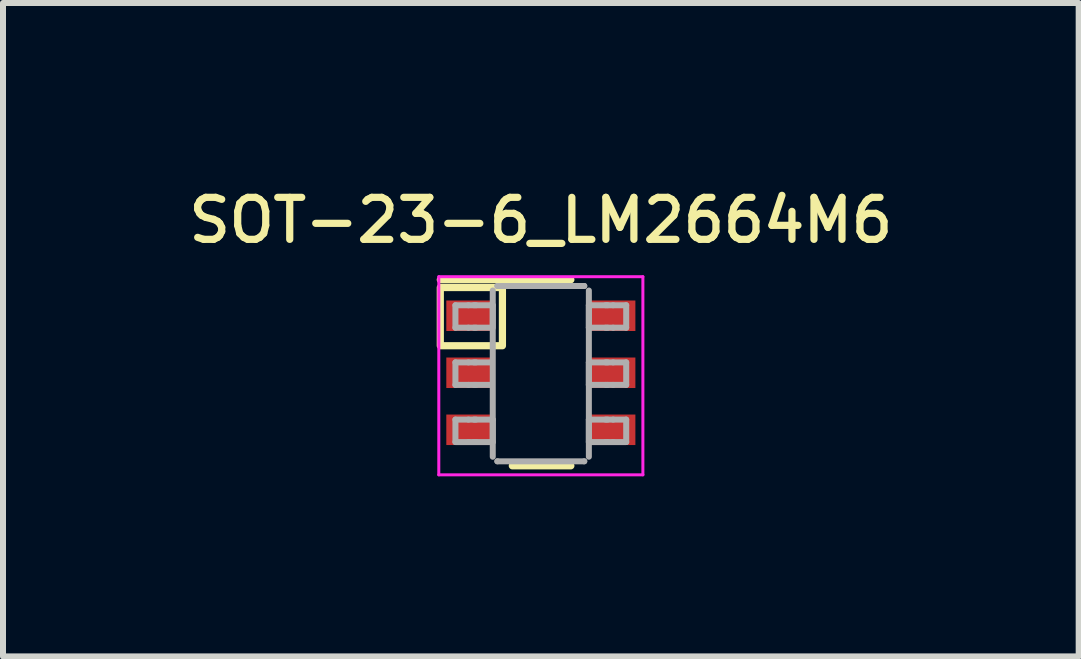
<source format=kicad_pcb>
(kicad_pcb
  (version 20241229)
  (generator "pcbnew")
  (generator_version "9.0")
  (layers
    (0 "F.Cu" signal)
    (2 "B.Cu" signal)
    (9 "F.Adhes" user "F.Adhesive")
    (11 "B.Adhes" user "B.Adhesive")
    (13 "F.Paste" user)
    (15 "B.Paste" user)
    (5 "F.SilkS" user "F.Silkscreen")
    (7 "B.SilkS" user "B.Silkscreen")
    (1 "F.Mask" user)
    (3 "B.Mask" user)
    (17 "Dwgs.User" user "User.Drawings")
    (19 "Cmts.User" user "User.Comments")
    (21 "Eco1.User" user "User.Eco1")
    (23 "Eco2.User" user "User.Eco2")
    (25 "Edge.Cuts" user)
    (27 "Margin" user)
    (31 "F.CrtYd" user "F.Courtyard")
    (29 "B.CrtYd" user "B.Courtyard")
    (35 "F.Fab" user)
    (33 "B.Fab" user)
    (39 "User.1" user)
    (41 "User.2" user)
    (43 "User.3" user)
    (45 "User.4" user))
  (footprint "SOT-23-6_LM2664M6"
    (layer "F.Cu")
    (at 5.96 3.16)
    (property "Reference" "SOT-23-6_LM2664M6" (at 0 -2.54 0) (layer "F.SilkS") (effects (font (size 0.7 0.7) (thickness 0.12) (bold yes))))
    (attr through_hole)
    (fp_line (start -1.675 -1.55) (end 0.5 -1.55) (stroke (width 0.12) (type solid)) (layer "F.SilkS"))
    (fp_line (start -0.475 1.55) (end 0.5 1.55) (stroke (width 0.12) (type solid)) (layer "F.SilkS"))
    (fp_rect (start -1.675 -1.42) (end -0.64 -0.45) (stroke (width 0.12) (type default)) (fill no) (layer "F.SilkS"))
    (fp_line (start -1.7 -1.6) (end 1.7 -1.6) (stroke (width 0.05) (type solid)) (layer "F.CrtYd"))
    (fp_line (start -1.7 1.7) (end -1.7 -1.6) (stroke (width 0.05) (type solid)) (layer "F.CrtYd"))
    (fp_line (start -1.7 1.7) (end 1.7 1.7) (stroke (width 0.05) (type solid)) (layer "F.CrtYd"))
    (fp_line (start 1.7 1.7) (end 1.7 -1.6) (stroke (width 0.05) (type solid)) (layer "F.CrtYd"))
    (fp_line (start -1.423 -1.125) (end -1.206 -1.125) (stroke (width 0.1) (type solid)) (layer "F.Fab"))
    (fp_line (start -1.423 -0.751) (end -1.423 -1.125) (stroke (width 0.1) (type solid)) (layer "F.Fab"))
    (fp_line (start -1.423 -0.751) (end -1.206 -0.751) (stroke (width 0.1) (type solid)) (layer "F.Fab"))
    (fp_line (start -1.423 -0.173) (end -1.206 -0.173) (stroke (width 0.1) (type solid)) (layer "F.Fab"))
    (fp_line (start -1.423 0.202) (end -1.423 -0.173) (stroke (width 0.1) (type solid)) (layer "F.Fab"))
    (fp_line (start -1.423 0.202) (end -1.206 0.202) (stroke (width 0.1) (type solid)) (layer "F.Fab"))
    (fp_line (start -1.423 0.78) (end -1.206 0.78) (stroke (width 0.1) (type solid)) (layer "F.Fab"))
    (fp_line (start -1.423 1.154) (end -1.423 0.78) (stroke (width 0.1) (type solid)) (layer "F.Fab"))
    (fp_line (start -1.423 1.154) (end -1.206 1.154) (stroke (width 0.1) (type solid)) (layer "F.Fab"))
    (fp_line (start -1.206 -1.125) (end -1.113 -1.125) (stroke (width 0.1) (type solid)) (layer "F.Fab"))
    (fp_line (start -1.206 -0.751) (end -1.113 -0.751) (stroke (width 0.1) (type solid)) (layer "F.Fab"))
    (fp_line (start -1.206 -0.173) (end -1.113 -0.173) (stroke (width 0.1) (type solid)) (layer "F.Fab"))
    (fp_line (start -1.206 0.202) (end -1.113 0.202) (stroke (width 0.1) (type solid)) (layer "F.Fab"))
    (fp_line (start -1.206 0.78) (end -1.113 0.78) (stroke (width 0.1) (type solid)) (layer "F.Fab"))
    (fp_line (start -1.206 1.154) (end -1.113 1.154) (stroke (width 0.1) (type solid)) (layer "F.Fab"))
    (fp_line (start -1.113 -1.125) (end -1.081 -1.125) (stroke (width 0.1) (type solid)) (layer "F.Fab"))
    (fp_line (start -1.113 -0.751) (end -1.081 -0.751) (stroke (width 0.1) (type solid)) (layer "F.Fab"))
    (fp_line (start -1.113 -0.173) (end -1.081 -0.173) (stroke (width 0.1) (type solid)) (layer "F.Fab"))
    (fp_line (start -1.113 0.202) (end -1.081 0.202) (stroke (width 0.1) (type solid)) (layer "F.Fab"))
    (fp_line (start -1.113 0.78) (end -1.081 0.78) (stroke (width 0.1) (type solid)) (layer "F.Fab"))
    (fp_line (start -1.113 1.154) (end -1.081 1.154) (stroke (width 0.1) (type solid)) (layer "F.Fab"))
    (fp_line (start -1.081 -1.125) (end -0.828 -1.125) (stroke (width 0.1) (type solid)) (layer "F.Fab"))
    (fp_line (start -1.081 -0.751) (end -0.828 -0.751) (stroke (width 0.1) (type solid)) (layer "F.Fab"))
    (fp_line (start -1.081 -0.173) (end -0.828 -0.173) (stroke (width 0.1) (type solid)) (layer "F.Fab"))
    (fp_line (start -1.081 0.202) (end -0.828 0.202) (stroke (width 0.1) (type solid)) (layer "F.Fab"))
    (fp_line (start -1.081 0.78) (end -0.828 0.78) (stroke (width 0.1) (type solid)) (layer "F.Fab"))
    (fp_line (start -1.081 1.154) (end -0.828 1.154) (stroke (width 0.1) (type solid)) (layer "F.Fab"))
    (fp_line (start -0.828 -1.125) (end -0.801 -1.125) (stroke (width 0.1) (type solid)) (layer "F.Fab"))
    (fp_line (start -0.828 0.78) (end -0.801 0.78) (stroke (width 0.1) (type solid)) (layer "F.Fab"))
    (fp_line (start -0.828 1.154) (end -0.801 1.154) (stroke (width 0.1) (type solid)) (layer "F.Fab"))
    (fp_line (start -0.801 -0.751) (end -0.801 -1.125) (stroke (width 0.1) (type solid)) (layer "F.Fab"))
    (fp_line (start -0.801 1.154) (end -0.801 0.78) (stroke (width 0.1) (type solid)) (layer "F.Fab"))
    (fp_line (start -0.801 1.399) (end -0.801 -1.37) (stroke (width 0.1) (type solid)) (layer "F.Fab"))
    (fp_line (start -0.725 -1.446) (end -0.724 -1.446) (stroke (width 0.1) (type solid)) (layer "F.Fab"))
    (fp_line (start -0.725 1.475) (end -0.724 1.475) (stroke (width 0.1) (type solid)) (layer "F.Fab"))
    (fp_line (start -0.724 -1.446) (end 0.723 -1.446) (stroke (width 0.1) (type solid)) (layer "F.Fab"))
    (fp_line (start -0.724 1.475) (end 0.723 1.475) (stroke (width 0.1) (type solid)) (layer "F.Fab"))
    (fp_line (start 0.723 -1.446) (end 0.724 -1.446) (stroke (width 0.1) (type solid)) (layer "F.Fab"))
    (fp_line (start 0.723 1.475) (end 0.724 1.475) (stroke (width 0.1) (type solid)) (layer "F.Fab"))
    (fp_line (start 0.8 -1.125) (end 0.827 -1.125) (stroke (width 0.1) (type solid)) (layer "F.Fab"))
    (fp_line (start 0.8 -0.751) (end 0.8 -1.125) (stroke (width 0.1) (type solid)) (layer "F.Fab"))
    (fp_line (start 0.8 -0.751) (end 0.827 -0.751) (stroke (width 0.1) (type solid)) (layer "F.Fab"))
    (fp_line (start 0.8 -0.173) (end 0.827 -0.173) (stroke (width 0.1) (type solid)) (layer "F.Fab"))
    (fp_line (start 0.8 0.202) (end 0.8 -0.173) (stroke (width 0.1) (type solid)) (layer "F.Fab"))
    (fp_line (start 0.8 0.202) (end 0.827 0.202) (stroke (width 0.1) (type solid)) (layer "F.Fab"))
    (fp_line (start 0.8 0.78) (end 0.827 0.78) (stroke (width 0.1) (type solid)) (layer "F.Fab"))
    (fp_line (start 0.8 1.154) (end 0.8 0.78) (stroke (width 0.1) (type solid)) (layer "F.Fab"))
    (fp_line (start 0.8 1.154) (end 0.827 1.154) (stroke (width 0.1) (type solid)) (layer "F.Fab"))
    (fp_line (start 0.8 1.399) (end 0.8 -1.37) (stroke (width 0.1) (type solid)) (layer "F.Fab"))
    (fp_line (start 0.827 -1.125) (end 1.08 -1.125) (stroke (width 0.1) (type solid)) (layer "F.Fab"))
    (fp_line (start 0.827 -0.751) (end 1.08 -0.751) (stroke (width 0.1) (type solid)) (layer "F.Fab"))
    (fp_line (start 0.827 -0.173) (end 1.08 -0.173) (stroke (width 0.1) (type solid)) (layer "F.Fab"))
    (fp_line (start 0.827 0.202) (end 1.08 0.202) (stroke (width 0.1) (type solid)) (layer "F.Fab"))
    (fp_line (start 0.827 0.78) (end 1.08 0.78) (stroke (width 0.1) (type solid)) (layer "F.Fab"))
    (fp_line (start 0.827 1.154) (end 1.08 1.154) (stroke (width 0.1) (type solid)) (layer "F.Fab"))
    (fp_line (start 1.08 -1.125) (end 1.112 -1.125) (stroke (width 0.1) (type solid)) (layer "F.Fab"))
    (fp_line (start 1.08 -0.751) (end 1.112 -0.751) (stroke (width 0.1) (type solid)) (layer "F.Fab"))
    (fp_line (start 1.08 -0.173) (end 1.112 -0.173) (stroke (width 0.1) (type solid)) (layer "F.Fab"))
    (fp_line (start 1.08 0.202) (end 1.112 0.202) (stroke (width 0.1) (type solid)) (layer "F.Fab"))
    (fp_line (start 1.08 0.78) (end 1.112 0.78) (stroke (width 0.1) (type solid)) (layer "F.Fab"))
    (fp_line (start 1.08 1.154) (end 1.112 1.154) (stroke (width 0.1) (type solid)) (layer "F.Fab"))
    (fp_line (start 1.112 -1.125) (end 1.205 -1.125) (stroke (width 0.1) (type solid)) (layer "F.Fab"))
    (fp_line (start 1.112 -0.751) (end 1.205 -0.751) (stroke (width 0.1) (type solid)) (layer "F.Fab"))
    (fp_line (start 1.112 -0.173) (end 1.205 -0.173) (stroke (width 0.1) (type solid)) (layer "F.Fab"))
    (fp_line (start 1.112 0.202) (end 1.205 0.202) (stroke (width 0.1) (type solid)) (layer "F.Fab"))
    (fp_line (start 1.112 0.78) (end 1.205 0.78) (stroke (width 0.1) (type solid)) (layer "F.Fab"))
    (fp_line (start 1.112 1.154) (end 1.205 1.154) (stroke (width 0.1) (type solid)) (layer "F.Fab"))
    (fp_line (start 1.205 -1.125) (end 1.422 -1.125) (stroke (width 0.1) (type solid)) (layer "F.Fab"))
    (fp_line (start 1.205 -0.751) (end 1.422 -0.751) (stroke (width 0.1) (type solid)) (layer "F.Fab"))
    (fp_line (start 1.205 -0.173) (end 1.422 -0.173) (stroke (width 0.1) (type solid)) (layer "F.Fab"))
    (fp_line (start 1.205 0.202) (end 1.422 0.202) (stroke (width 0.1) (type solid)) (layer "F.Fab"))
    (fp_line (start 1.205 0.78) (end 1.422 0.78) (stroke (width 0.1) (type solid)) (layer "F.Fab"))
    (fp_line (start 1.205 1.154) (end 1.422 1.154) (stroke (width 0.1) (type solid)) (layer "F.Fab"))
    (fp_line (start 1.422 -0.751) (end 1.422 -1.125) (stroke (width 0.1) (type solid)) (layer "F.Fab"))
    (fp_line (start 1.422 0.202) (end 1.422 -0.173) (stroke (width 0.1) (type solid)) (layer "F.Fab"))
    (fp_line (start 1.422 1.154) (end 1.422 0.78) (stroke (width 0.1) (type solid)) (layer "F.Fab"))
    (pad "1" smd rect (at -1.194 -0.95 90) (size 0.508 0.762) (layers "F.Cu" "F.Mask" "F.Paste"))
    (pad "2" smd rect (at -1.194 0 90) (size 0.508 0.762) (layers "F.Cu" "F.Mask" "F.Paste"))
    (pad "3" smd rect (at -1.194 0.95 90) (size 0.508 0.762) (layers "F.Cu" "F.Mask" "F.Paste"))
    (pad "4" smd rect (at 1.194 0.95 90) (size 0.508 0.762) (layers "F.Cu" "F.Mask" "F.Paste"))
    (pad "5" smd rect (at 1.194 0 90) (size 0.508 0.762) (layers "F.Cu" "F.Mask" "F.Paste"))
    (pad "6" smd rect (at 1.194 -0.95 90) (size 0.508 0.762) (layers "F.Cu" "F.Mask" "F.Paste")))
  (gr_rect
    (start -3 -3)
    (end 14.92 7.885)
    (stroke (width 0.1) (type default))
    (fill no)
    (layer "Edge.Cuts")))
</source>
